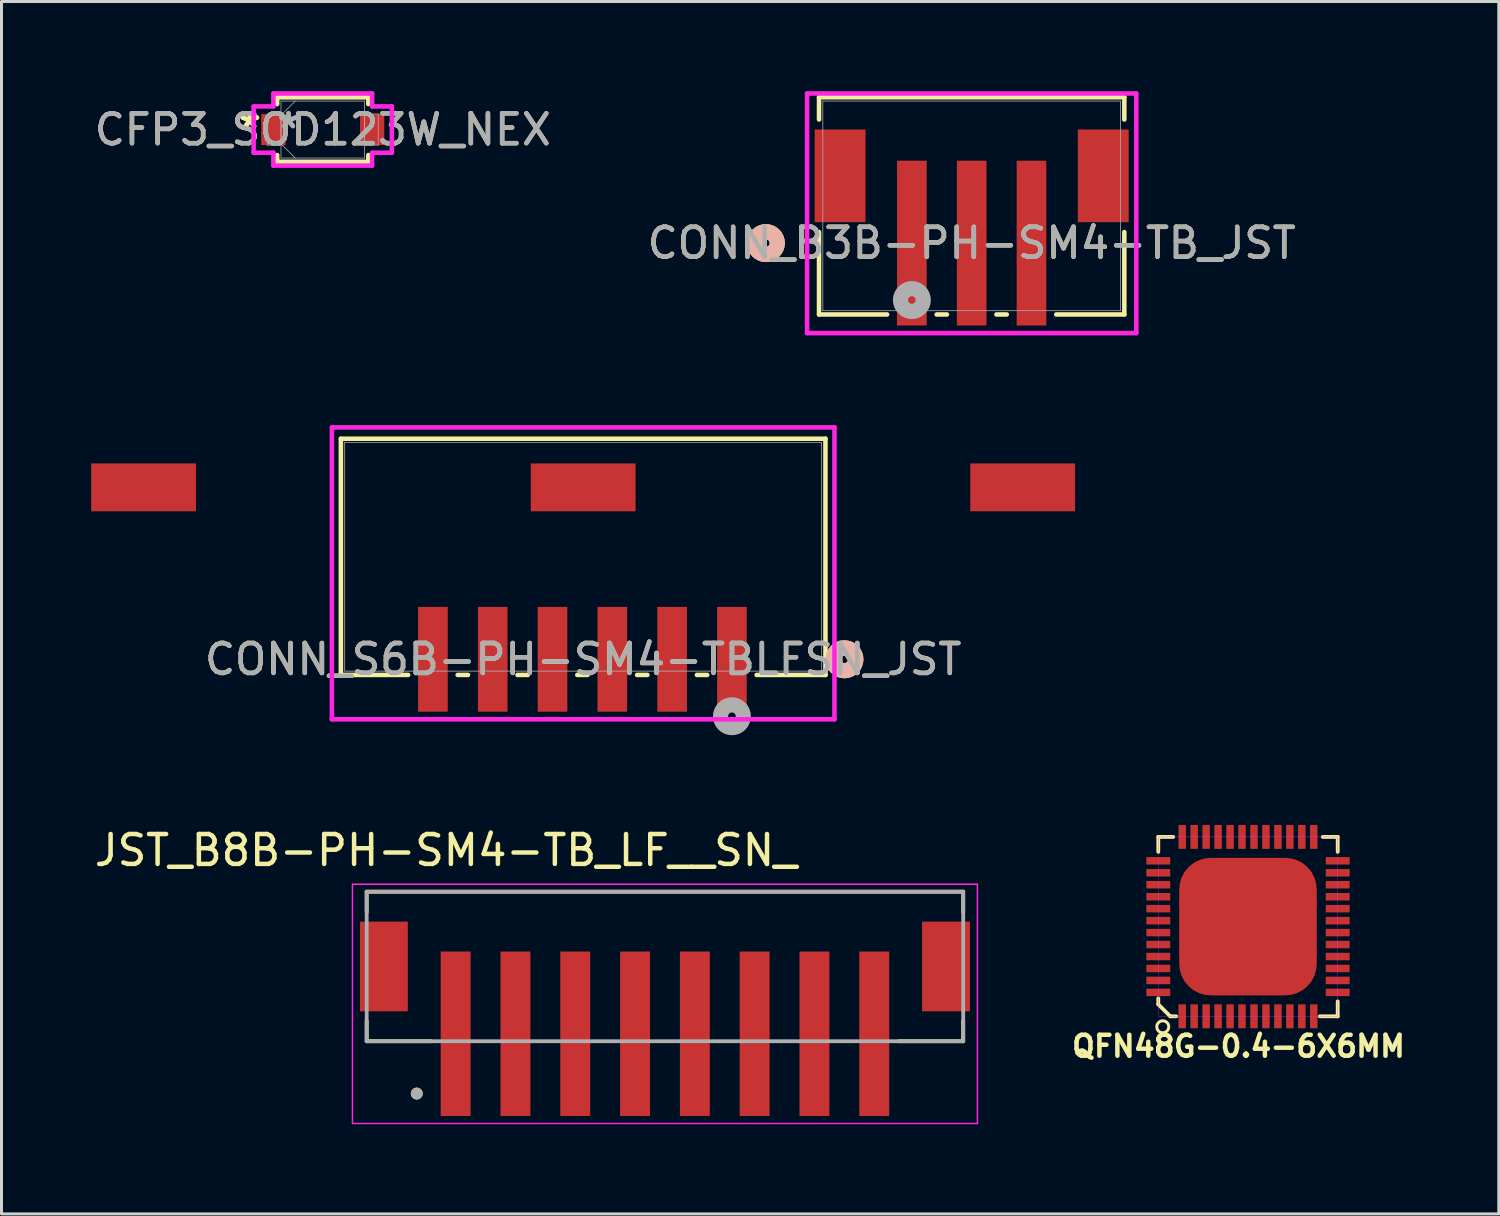
<source format=kicad_pcb>
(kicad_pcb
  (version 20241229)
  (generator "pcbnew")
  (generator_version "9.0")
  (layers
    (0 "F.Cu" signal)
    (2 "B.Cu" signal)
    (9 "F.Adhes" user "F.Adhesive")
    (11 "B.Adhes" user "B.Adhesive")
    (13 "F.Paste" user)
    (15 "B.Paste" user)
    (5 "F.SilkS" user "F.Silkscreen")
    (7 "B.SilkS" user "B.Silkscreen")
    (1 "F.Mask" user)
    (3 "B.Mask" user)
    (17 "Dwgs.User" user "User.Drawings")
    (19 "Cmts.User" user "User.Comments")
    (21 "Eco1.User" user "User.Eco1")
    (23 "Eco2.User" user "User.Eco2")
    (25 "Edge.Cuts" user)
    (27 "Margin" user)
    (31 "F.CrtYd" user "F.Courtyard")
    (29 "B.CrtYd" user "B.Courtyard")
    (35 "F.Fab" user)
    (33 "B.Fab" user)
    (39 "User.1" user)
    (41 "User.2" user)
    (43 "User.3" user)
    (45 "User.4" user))
  (footprint "CONN_B3B-PH-SM4-TB_JST"
    (layer "F.Cu")
    (at 29.446 3.835)
    (property "Reference" "CONN_B3B-PH-SM4-TB_JST" (at 0 1.245 0) (unlocked yes) (layer "F.SilkS") (effects (font (size 1 1) (thickness 0.15))))
    (attr smd)
    (fp_line (start -5.105 -3.632) (end -5.105 -2.888) (stroke (width 0.152) (type solid)) (layer "F.SilkS"))
    (fp_line (start -5.105 0.877) (end -5.105 3.632) (stroke (width 0.152) (type solid)) (layer "F.SilkS"))
    (fp_line (start -5.105 3.632) (end -2.828 3.632) (stroke (width 0.152) (type solid)) (layer "F.SilkS"))
    (fp_line (start -1.172 3.632) (end -0.828 3.632) (stroke (width 0.152) (type solid)) (layer "F.SilkS"))
    (fp_line (start 0.828 3.632) (end 1.172 3.632) (stroke (width 0.152) (type solid)) (layer "F.SilkS"))
    (fp_line (start 2.828 3.632) (end 5.105 3.632) (stroke (width 0.152) (type solid)) (layer "F.SilkS"))
    (fp_line (start 5.105 -3.632) (end -5.105 -3.632) (stroke (width 0.152) (type solid)) (layer "F.SilkS"))
    (fp_line (start 5.105 -2.888) (end 5.105 -3.632) (stroke (width 0.152) (type solid)) (layer "F.SilkS"))
    (fp_line (start 5.105 3.632) (end 5.105 0.877) (stroke (width 0.152) (type solid)) (layer "F.SilkS"))
    (fp_circle (center -6.883 1.245) (end -6.502 1.245) (stroke (width 0.508) (type solid)) (fill no) (layer "F.SilkS"))
    (fp_circle (center -6.883 1.245) (end -6.502 1.245) (stroke (width 0.508) (type solid)) (fill no) (layer "B.SilkS"))
    (fp_line (start -5.505 -3.759) (end -5.505 4.255) (stroke (width 0.152) (type solid)) (layer "F.CrtYd"))
    (fp_line (start -5.505 4.255) (end 5.505 4.255) (stroke (width 0.152) (type solid)) (layer "F.CrtYd"))
    (fp_line (start 5.505 -3.759) (end -5.505 -3.759) (stroke (width 0.152) (type solid)) (layer "F.CrtYd"))
    (fp_line (start 5.505 4.255) (end 5.505 -3.759) (stroke (width 0.152) (type solid)) (layer "F.CrtYd"))
    (fp_line (start -4.978 -3.505) (end -4.978 3.505) (stroke (width 0.025) (type solid)) (layer "F.Fab"))
    (fp_line (start -4.978 3.505) (end 4.978 3.505) (stroke (width 0.025) (type solid)) (layer "F.Fab"))
    (fp_line (start 4.978 -3.505) (end -4.978 -3.505) (stroke (width 0.025) (type solid)) (layer "F.Fab"))
    (fp_line (start 4.978 3.505) (end 4.978 -3.505) (stroke (width 0.025) (type solid)) (layer "F.Fab"))
    (fp_circle (center -2 3.15) (end -1.619 3.15) (stroke (width 0.508) (type solid)) (fill no) (layer "F.Fab"))
    (fp_text user "${REFERENCE}" (at 0 1.245 0) (unlocked yes) (layer "F.Fab") (effects (font (size 1 1) (thickness 0.15))))
    (pad "1" smd rect (at -2 1.245) (size 0.991 5.512) (layers "F.Cu" "F.Mask" "F.Paste"))
    (pad "2" smd rect (at 0 1.245) (size 0.991 5.512) (layers "F.Cu" "F.Mask" "F.Paste"))
    (pad "3" smd rect (at 2 1.245) (size 0.991 5.512) (layers "F.Cu" "F.Mask" "F.Paste"))
    (pad "4" smd rect (at -4.4 -1.005) (size 1.702 3.099) (layers "F.Cu" "F.Mask" "F.Paste"))
    (pad "5" smd rect (at 4.4 -1.005) (size 1.702 3.099) (layers "F.Cu" "F.Mask" "F.Paste")))
  (footprint "QFN48G-0.4-6X6MM"
    (layer "F.Cu")
    (at 38.687 27.939)
    (property "Reference" "QFN48G-0.4-6X6MM" (at -0.318 4.001 0) (layer "F.SilkS") (effects (font (size 0.7 0.7) (thickness 0.15))))
    (attr smd)
    (fp_line (start -3 -3) (end -2.5 -3) (stroke (width 0.127) (type solid)) (layer "F.SilkS"))
    (fp_line (start -3 -2.5) (end -3 -3) (stroke (width 0.127) (type solid)) (layer "F.SilkS"))
    (fp_line (start -3 2.4) (end -3 2.6) (stroke (width 0.127) (type solid)) (layer "F.SilkS"))
    (fp_line (start -2.6 3) (end -3 2.6) (stroke (width 0.127) (type solid)) (layer "F.SilkS"))
    (fp_line (start -2.4 3) (end -2.6 3) (stroke (width 0.127) (type solid)) (layer "F.SilkS"))
    (fp_line (start 2.4 3) (end 3 3) (stroke (width 0.127) (type solid)) (layer "F.SilkS"))
    (fp_line (start 3 -3) (end 2.5 -3) (stroke (width 0.127) (type solid)) (layer "F.SilkS"))
    (fp_line (start 3 -2.5) (end 3 -3) (stroke (width 0.127) (type solid)) (layer "F.SilkS"))
    (fp_line (start 3 3) (end 3 2.5) (stroke (width 0.127) (type solid)) (layer "F.SilkS"))
    (fp_circle (center -2.85 3.35) (end -2.65 3.35) (stroke (width 0.1) (type solid)) (fill no) (layer "F.SilkS"))
    (fp_poly (pts (xy -3.001 -3) (xy 3 -3) (xy 3 3.001) (xy -3.001 3.001)) (stroke (width 0.01) (type solid)) (fill no) (layer "F.CrtYd"))
    (pad "1" smd roundrect (at -2.2 3 90) (size 0.8 0.25) (layers "F.Cu" "F.Mask" "F.Paste") (roundrect_rratio 0.06))
    (pad "2" smd roundrect (at -1.8 3 90) (size 0.8 0.25) (layers "F.Cu" "F.Mask" "F.Paste") (roundrect_rratio 0.06))
    (pad "3" smd roundrect (at -1.4 3 90) (size 0.8 0.25) (layers "F.Cu" "F.Mask" "F.Paste") (roundrect_rratio 0.06))
    (pad "4" smd roundrect (at -1 3 90) (size 0.8 0.25) (layers "F.Cu" "F.Mask" "F.Paste") (roundrect_rratio 0.06))
    (pad "5" smd roundrect (at -0.6 3 90) (size 0.8 0.25) (layers "F.Cu" "F.Mask" "F.Paste") (roundrect_rratio 0.06))
    (pad "6" smd roundrect (at -0.2 3 90) (size 0.8 0.25) (layers "F.Cu" "F.Mask" "F.Paste") (roundrect_rratio 0.06))
    (pad "7" smd roundrect (at 0.2 3 90) (size 0.8 0.25) (layers "F.Cu" "F.Mask" "F.Paste") (roundrect_rratio 0.06))
    (pad "8" smd roundrect (at 0.6 3 90) (size 0.8 0.25) (layers "F.Cu" "F.Mask" "F.Paste") (roundrect_rratio 0.06))
    (pad "9" smd roundrect (at 1 3 90) (size 0.8 0.25) (layers "F.Cu" "F.Mask" "F.Paste") (roundrect_rratio 0.06))
    (pad "10" smd roundrect (at 1.4 3 90) (size 0.8 0.25) (layers "F.Cu" "F.Mask" "F.Paste") (roundrect_rratio 0.06))
    (pad "11" smd roundrect (at 1.8 3 90) (size 0.8 0.25) (layers "F.Cu" "F.Mask" "F.Paste") (roundrect_rratio 0.06))
    (pad "12" smd roundrect (at 2.2 3 90) (size 0.8 0.25) (layers "F.Cu" "F.Mask" "F.Paste") (roundrect_rratio 0.06))
    (pad "13" smd roundrect (at 3 2.2 180) (size 0.8 0.25) (layers "F.Cu" "F.Mask" "F.Paste") (roundrect_rratio 0.06))
    (pad "14" smd roundrect (at 3 1.8 180) (size 0.8 0.25) (layers "F.Cu" "F.Mask" "F.Paste") (roundrect_rratio 0.06))
    (pad "15" smd roundrect (at 3 1.4 180) (size 0.8 0.25) (layers "F.Cu" "F.Mask" "F.Paste") (roundrect_rratio 0.06))
    (pad "16" smd roundrect (at 3 1 180) (size 0.8 0.25) (layers "F.Cu" "F.Mask" "F.Paste") (roundrect_rratio 0.06))
    (pad "17" smd roundrect (at 3 0.6 180) (size 0.8 0.25) (layers "F.Cu" "F.Mask" "F.Paste") (roundrect_rratio 0.06))
    (pad "18" smd roundrect (at 3 0.2 180) (size 0.8 0.25) (layers "F.Cu" "F.Mask" "F.Paste") (roundrect_rratio 0.06))
    (pad "19" smd roundrect (at 3 -0.2 180) (size 0.8 0.25) (layers "F.Cu" "F.Mask" "F.Paste") (roundrect_rratio 0.06))
    (pad "20" smd roundrect (at 3 -0.6 180) (size 0.8 0.25) (layers "F.Cu" "F.Mask" "F.Paste") (roundrect_rratio 0.06))
    (pad "21" smd roundrect (at 3 -1 180) (size 0.8 0.25) (layers "F.Cu" "F.Mask" "F.Paste") (roundrect_rratio 0.06))
    (pad "22" smd roundrect (at 3 -1.4 180) (size 0.8 0.25) (layers "F.Cu" "F.Mask" "F.Paste") (roundrect_rratio 0.06))
    (pad "23" smd roundrect (at 3 -1.8 180) (size 0.8 0.25) (layers "F.Cu" "F.Mask" "F.Paste") (roundrect_rratio 0.06))
    (pad "24" smd roundrect (at 3 -2.2 180) (size 0.8 0.25) (layers "F.Cu" "F.Mask" "F.Paste") (roundrect_rratio 0.06))
    (pad "25" smd roundrect (at 2.2 -3 270) (size 0.8 0.25) (layers "F.Cu" "F.Mask" "F.Paste") (roundrect_rratio 0.06))
    (pad "26" smd roundrect (at 1.8 -3 270) (size 0.8 0.25) (layers "F.Cu" "F.Mask" "F.Paste") (roundrect_rratio 0.06))
    (pad "27" smd roundrect (at 1.4 -3 270) (size 0.8 0.25) (layers "F.Cu" "F.Mask" "F.Paste") (roundrect_rratio 0.06))
    (pad "28" smd roundrect (at 1 -3 270) (size 0.8 0.25) (layers "F.Cu" "F.Mask" "F.Paste") (roundrect_rratio 0.06))
    (pad "29" smd roundrect (at 0.6 -3 270) (size 0.8 0.25) (layers "F.Cu" "F.Mask" "F.Paste") (roundrect_rratio 0.06))
    (pad "30" smd roundrect (at 0.2 -3 270) (size 0.8 0.25) (layers "F.Cu" "F.Mask" "F.Paste") (roundrect_rratio 0.06))
    (pad "31" smd roundrect (at -0.2 -3 270) (size 0.8 0.25) (layers "F.Cu" "F.Mask" "F.Paste") (roundrect_rratio 0.06))
    (pad "32" smd roundrect (at -0.6 -3 270) (size 0.8 0.25) (layers "F.Cu" "F.Mask" "F.Paste") (roundrect_rratio 0.06))
    (pad "33" smd roundrect (at -1 -3 270) (size 0.8 0.25) (layers "F.Cu" "F.Mask" "F.Paste") (roundrect_rratio 0.06))
    (pad "34" smd roundrect (at -1.4 -3 270) (size 0.8 0.25) (layers "F.Cu" "F.Mask" "F.Paste") (roundrect_rratio 0.06))
    (pad "35" smd roundrect (at -1.8 -3 270) (size 0.8 0.25) (layers "F.Cu" "F.Mask" "F.Paste") (roundrect_rratio 0.06))
    (pad "36" smd roundrect (at -2.2 -3 270) (size 0.8 0.25) (layers "F.Cu" "F.Mask" "F.Paste") (roundrect_rratio 0.06))
    (pad "37" smd roundrect (at -3 -2.2) (size 0.8 0.25) (layers "F.Cu" "F.Mask" "F.Paste") (roundrect_rratio 0.06))
    (pad "38" smd roundrect (at -3 -1.8) (size 0.8 0.25) (layers "F.Cu" "F.Mask" "F.Paste") (roundrect_rratio 0.06))
    (pad "39" smd roundrect (at -3 -1.4) (size 0.8 0.25) (layers "F.Cu" "F.Mask" "F.Paste") (roundrect_rratio 0.06))
    (pad "40" smd roundrect (at -3 -1) (size 0.8 0.25) (layers "F.Cu" "F.Mask" "F.Paste") (roundrect_rratio 0.06))
    (pad "41" smd roundrect (at -3 -0.6) (size 0.8 0.25) (layers "F.Cu" "F.Mask" "F.Paste") (roundrect_rratio 0.06))
    (pad "42" smd roundrect (at -3 -0.2) (size 0.8 0.25) (layers "F.Cu" "F.Mask" "F.Paste") (roundrect_rratio 0.06))
    (pad "43" smd roundrect (at -3 0.2) (size 0.8 0.25) (layers "F.Cu" "F.Mask" "F.Paste") (roundrect_rratio 0.06))
    (pad "44" smd roundrect (at -3 0.6) (size 0.8 0.25) (layers "F.Cu" "F.Mask" "F.Paste") (roundrect_rratio 0.06))
    (pad "45" smd roundrect (at -3 1) (size 0.8 0.25) (layers "F.Cu" "F.Mask" "F.Paste") (roundrect_rratio 0.06))
    (pad "46" smd roundrect (at -3 1.4) (size 0.8 0.25) (layers "F.Cu" "F.Mask" "F.Paste") (roundrect_rratio 0.06))
    (pad "47" smd roundrect (at -3 1.8) (size 0.8 0.25) (layers "F.Cu" "F.Mask" "F.Paste") (roundrect_rratio 0.06))
    (pad "48" smd roundrect (at -3 2.2) (size 0.8 0.25) (layers "F.Cu" "F.Mask" "F.Paste") (roundrect_rratio 0.06))
    (pad "PAD" smd roundrect (at 0 0) (size 4.6 4.6) (layers "F.Cu" "F.Mask" "F.Paste") (roundrect_rratio 0.23)))
  (footprint "JST_B8B-PH-SM4-TB_LF__SN_"
    (layer "F.Cu")
    (at 19.188 29.272)
    (property "Reference" "JST_B8B-PH-SM4-TB_LF__SN_" (at -7.325 -3.885 0) (layer "F.SilkS") (effects (font (size 1 1) (thickness 0.15))))
    (attr smd)
    (fp_line (start -9.975 -2.5) (end -9.975 -1.82) (stroke (width 0.127) (type solid)) (layer "F.SilkS"))
    (fp_line (start -9.975 -2.5) (end 9.975 -2.5) (stroke (width 0.127) (type solid)) (layer "F.SilkS"))
    (fp_line (start -9.975 1.82) (end -9.975 2.5) (stroke (width 0.127) (type solid)) (layer "F.SilkS"))
    (fp_line (start -9.975 2.5) (end -7.82 2.5) (stroke (width 0.127) (type solid)) (layer "F.SilkS"))
    (fp_line (start 7.82 2.5) (end 9.975 2.5) (stroke (width 0.127) (type solid)) (layer "F.SilkS"))
    (fp_line (start 9.975 -2.5) (end 9.975 -1.82) (stroke (width 0.127) (type solid)) (layer "F.SilkS"))
    (fp_line (start 9.975 2.5) (end 9.975 1.82) (stroke (width 0.127) (type solid)) (layer "F.SilkS"))
    (fp_circle (center -8.3 4.25) (end -8.2 4.25) (stroke (width 0.2) (type solid)) (fill no) (layer "F.SilkS"))
    (fp_line (start -10.45 -2.75) (end 10.45 -2.75) (stroke (width 0.05) (type solid)) (layer "F.CrtYd"))
    (fp_line (start -10.45 5.25) (end -10.45 -2.75) (stroke (width 0.05) (type solid)) (layer "F.CrtYd"))
    (fp_line (start 10.45 -2.75) (end 10.45 5.25) (stroke (width 0.05) (type solid)) (layer "F.CrtYd"))
    (fp_line (start 10.45 5.25) (end -10.45 5.25) (stroke (width 0.05) (type solid)) (layer "F.CrtYd"))
    (fp_line (start -9.975 -2.5) (end 9.975 -2.5) (stroke (width 0.127) (type solid)) (layer "F.Fab"))
    (fp_line (start -9.975 2.5) (end -9.975 -2.5) (stroke (width 0.127) (type solid)) (layer "F.Fab"))
    (fp_line (start 9.975 -2.5) (end 9.975 2.5) (stroke (width 0.127) (type solid)) (layer "F.Fab"))
    (fp_line (start 9.975 2.5) (end -9.975 2.5) (stroke (width 0.127) (type solid)) (layer "F.Fab"))
    (fp_circle (center -8.3 4.25) (end -8.2 4.25) (stroke (width 0.2) (type solid)) (fill no) (layer "F.Fab"))
    (pad "1" smd rect (at -7 2.25) (size 1 5.5) (layers "F.Cu" "F.Mask" "F.Paste"))
    (pad "2" smd rect (at -5 2.25) (size 1 5.5) (layers "F.Cu" "F.Mask" "F.Paste"))
    (pad "3" smd rect (at -3 2.25) (size 1 5.5) (layers "F.Cu" "F.Mask" "F.Paste"))
    (pad "4" smd rect (at -1 2.25) (size 1 5.5) (layers "F.Cu" "F.Mask" "F.Paste"))
    (pad "5" smd rect (at 1 2.25) (size 1 5.5) (layers "F.Cu" "F.Mask" "F.Paste"))
    (pad "6" smd rect (at 3 2.25) (size 1 5.5) (layers "F.Cu" "F.Mask" "F.Paste"))
    (pad "7" smd rect (at 5 2.25) (size 1 5.5) (layers "F.Cu" "F.Mask" "F.Paste"))
    (pad "8" smd rect (at 7 2.25) (size 1 5.5) (layers "F.Cu" "F.Mask" "F.Paste"))
    (pad "S1" smd rect (at -9.4 0) (size 1.6 3) (layers "F.Cu" "F.Mask" "F.Paste"))
    (pad "S2" smd rect (at 9.4 0) (size 1.6 3) (layers "F.Cu" "F.Mask" "F.Paste")))
  (footprint "CONN_S6B-PH-SM4-TBLFSN_JST"
    (layer "F.Cu")
    (at 16.453 15.572)
    (property "Reference" "CONN_S6B-PH-SM4-TBLFSN_JST" (at 0 3.427 0) (unlocked yes) (layer "F.SilkS") (effects (font (size 1 1) (thickness 0.15))))
    (attr smd)
    (fp_line (start -8.103 -3.95) (end -8.103 3.95) (stroke (width 0.152) (type solid)) (layer "F.SilkS"))
    (fp_line (start -8.103 3.95) (end -5.853 3.95) (stroke (width 0.152) (type solid)) (layer "F.SilkS"))
    (fp_line (start -4.197 3.95) (end -3.853 3.95) (stroke (width 0.152) (type solid)) (layer "F.SilkS"))
    (fp_line (start -2.197 3.95) (end -1.853 3.95) (stroke (width 0.152) (type solid)) (layer "F.SilkS"))
    (fp_line (start -0.197 3.95) (end 0.147 3.95) (stroke (width 0.152) (type solid)) (layer "F.SilkS"))
    (fp_line (start 1.803 3.95) (end 2.147 3.95) (stroke (width 0.152) (type solid)) (layer "F.SilkS"))
    (fp_line (start 3.803 3.95) (end 4.147 3.95) (stroke (width 0.152) (type solid)) (layer "F.SilkS"))
    (fp_line (start 5.803 3.95) (end 8.103 3.95) (stroke (width 0.152) (type solid)) (layer "F.SilkS"))
    (fp_line (start 8.103 -3.95) (end -8.103 -3.95) (stroke (width 0.152) (type solid)) (layer "F.SilkS"))
    (fp_line (start 8.103 3.95) (end 8.103 -3.95) (stroke (width 0.152) (type solid)) (layer "F.SilkS"))
    (fp_circle (center 8.738 3.427) (end 9.119 3.427) (stroke (width 0.508) (type solid)) (fill no) (layer "F.SilkS"))
    (fp_circle (center 8.738 3.427) (end 9.119 3.427) (stroke (width 0.508) (type solid)) (fill no) (layer "B.SilkS"))
    (fp_line (start -8.404 -4.329) (end -8.404 5.434) (stroke (width 0.152) (type solid)) (layer "F.CrtYd"))
    (fp_line (start -8.404 5.434) (end 8.404 5.434) (stroke (width 0.152) (type solid)) (layer "F.CrtYd"))
    (fp_line (start 8.404 -4.329) (end -8.404 -4.329) (stroke (width 0.152) (type solid)) (layer "F.CrtYd"))
    (fp_line (start 8.404 5.434) (end 8.404 -4.329) (stroke (width 0.152) (type solid)) (layer "F.CrtYd"))
    (fp_line (start -7.976 -3.823) (end -7.976 3.823) (stroke (width 0.025) (type solid)) (layer "F.Fab"))
    (fp_line (start -7.976 3.823) (end 7.976 3.823) (stroke (width 0.025) (type solid)) (layer "F.Fab"))
    (fp_line (start 7.976 -3.823) (end -7.976 -3.823) (stroke (width 0.025) (type solid)) (layer "F.Fab"))
    (fp_line (start 7.976 3.823) (end 7.976 -3.823) (stroke (width 0.025) (type solid)) (layer "F.Fab"))
    (fp_circle (center 4.975 5.332) (end 5.356 5.332) (stroke (width 0.508) (type solid)) (fill no) (layer "F.Fab"))
    (fp_text user "${REFERENCE}" (at 0 3.427 0) (unlocked yes) (layer "F.Fab") (effects (font (size 1 1) (thickness 0.15))))
    (pad "1" smd rect (at 4.975 3.427) (size 0.991 3.505) (layers "F.Cu" "F.Mask" "F.Paste"))
    (pad "2" smd rect (at 2.975 3.427) (size 0.991 3.505) (layers "F.Cu" "F.Mask" "F.Paste"))
    (pad "3" smd rect (at 0.975 3.427) (size 0.991 3.505) (layers "F.Cu" "F.Mask" "F.Paste"))
    (pad "4" smd rect (at -1.025 3.427) (size 0.991 3.505) (layers "F.Cu" "F.Mask" "F.Paste"))
    (pad "5" smd rect (at -3.025 3.427) (size 0.991 3.505) (layers "F.Cu" "F.Mask" "F.Paste"))
    (pad "6" smd rect (at -5.025 3.427) (size 0.991 3.505) (layers "F.Cu" "F.Mask" "F.Paste"))
    (pad "7" smd rect (at -14.7 -2.323 90) (size 1.6 3.505) (layers "F.Cu" "F.Mask" "F.Paste"))
    (pad "8" smd rect (at 0 -2.323 90) (size 1.6 3.505) (layers "F.Cu" "F.Mask" "F.Paste"))
    (pad "9" smd rect (at 14.7 -2.323 90) (size 1.6 3.505) (layers "F.Cu" "F.Mask" "F.Paste")))
  (footprint "CFP3_SOD123W_NEX"
    (layer "F.Cu")
    (at 7.744 1.283)
    (property "Reference" "CFP3_SOD123W_NEX" (at 0 0 0) (unlocked yes) (layer "F.SilkS") (effects (font (size 1 1) (thickness 0.15))))
    (attr smd)
    (fp_line (start -1.524 -1.079) (end -1.524 -0.853) (stroke (width 0.152) (type solid)) (layer "F.SilkS"))
    (fp_line (start -1.524 0.853) (end -1.524 1.079) (stroke (width 0.152) (type solid)) (layer "F.SilkS"))
    (fp_line (start -1.524 1.079) (end 1.524 1.079) (stroke (width 0.152) (type solid)) (layer "F.SilkS"))
    (fp_line (start 1.524 -1.079) (end -1.524 -1.079) (stroke (width 0.152) (type solid)) (layer "F.SilkS"))
    (fp_line (start 1.524 -0.853) (end 1.524 -1.079) (stroke (width 0.152) (type solid)) (layer "F.SilkS"))
    (fp_line (start 1.524 1.079) (end 1.524 0.853) (stroke (width 0.152) (type solid)) (layer "F.SilkS"))
    (fp_line (start -2.311 -0.775) (end -1.651 -0.775) (stroke (width 0.152) (type solid)) (layer "F.CrtYd"))
    (fp_line (start -2.311 0.775) (end -2.311 -0.775) (stroke (width 0.152) (type solid)) (layer "F.CrtYd"))
    (fp_line (start -1.651 -1.206) (end 1.651 -1.206) (stroke (width 0.152) (type solid)) (layer "F.CrtYd"))
    (fp_line (start -1.651 -0.775) (end -1.651 -1.206) (stroke (width 0.152) (type solid)) (layer "F.CrtYd"))
    (fp_line (start -1.651 0.775) (end -2.311 0.775) (stroke (width 0.152) (type solid)) (layer "F.CrtYd"))
    (fp_line (start -1.651 1.206) (end -1.651 0.775) (stroke (width 0.152) (type solid)) (layer "F.CrtYd"))
    (fp_line (start 1.651 -1.206) (end 1.651 -0.775) (stroke (width 0.152) (type solid)) (layer "F.CrtYd"))
    (fp_line (start 1.651 -0.775) (end 2.311 -0.775) (stroke (width 0.152) (type solid)) (layer "F.CrtYd"))
    (fp_line (start 1.651 0.775) (end 1.651 1.206) (stroke (width 0.152) (type solid)) (layer "F.CrtYd"))
    (fp_line (start 1.651 1.206) (end -1.651 1.206) (stroke (width 0.152) (type solid)) (layer "F.CrtYd"))
    (fp_line (start 2.311 -0.775) (end 2.311 0.775) (stroke (width 0.152) (type solid)) (layer "F.CrtYd"))
    (fp_line (start 2.311 0.775) (end 1.651 0.775) (stroke (width 0.152) (type solid)) (layer "F.CrtYd"))
    (fp_line (start -1.854 -0.521) (end -1.854 0.521) (stroke (width 0.025) (type solid)) (layer "F.Fab"))
    (fp_line (start -1.854 0.521) (end -1.397 0.521) (stroke (width 0.025) (type solid)) (layer "F.Fab"))
    (fp_line (start -1.397 -0.953) (end -1.397 0.953) (stroke (width 0.025) (type solid)) (layer "F.Fab"))
    (fp_line (start -1.397 -0.521) (end -1.854 -0.521) (stroke (width 0.025) (type solid)) (layer "F.Fab"))
    (fp_line (start -1.397 -0.476) (end -0.921 -0.953) (stroke (width 0.025) (type solid)) (layer "F.Fab"))
    (fp_line (start -1.397 0.476) (end -0.921 0.953) (stroke (width 0.025) (type solid)) (layer "F.Fab"))
    (fp_line (start -1.397 0.521) (end -1.397 -0.521) (stroke (width 0.025) (type solid)) (layer "F.Fab"))
    (fp_line (start -1.397 0.953) (end 1.397 0.953) (stroke (width 0.025) (type solid)) (layer "F.Fab"))
    (fp_line (start 1.397 -0.953) (end -1.397 -0.953) (stroke (width 0.025) (type solid)) (layer "F.Fab"))
    (fp_line (start 1.397 -0.521) (end 1.397 0.521) (stroke (width 0.025) (type solid)) (layer "F.Fab"))
    (fp_line (start 1.397 0.521) (end 1.854 0.521) (stroke (width 0.025) (type solid)) (layer "F.Fab"))
    (fp_line (start 1.397 0.953) (end 1.397 -0.953) (stroke (width 0.025) (type solid)) (layer "F.Fab"))
    (fp_line (start 1.854 -0.521) (end 1.397 -0.521) (stroke (width 0.025) (type solid)) (layer "F.Fab"))
    (fp_line (start 1.854 0.521) (end 1.854 -0.521) (stroke (width 0.025) (type solid)) (layer "F.Fab"))
    (fp_text user "*" (at -2.438 0 0) (unlocked yes) (layer "F.SilkS") (effects (font (size 1 1) (thickness 0.15))))
    (fp_text user "*" (at -2.438 0 0) (layer "F.SilkS") (effects (font (size 1 1) (thickness 0.15))))
    (fp_text user "*" (at -1.143 0 0) (unlocked yes) (layer "F.Fab") (effects (font (size 1 1) (thickness 0.15))))
    (fp_text user "${REFERENCE}" (at 0 0 0) (unlocked yes) (layer "F.Fab") (effects (font (size 1 1) (thickness 0.15))))
    (fp_text user "*" (at -1.143 0 0) (layer "F.Fab") (effects (font (size 1 1) (thickness 0.15))))
    (pad "1" smd rect (at -1.651 0) (size 0.813 1.041) (layers "F.Cu" "F.Mask" "F.Paste"))
    (pad "2" smd rect (at 1.651 0) (size 0.813 1.041) (layers "F.Cu" "F.Mask" "F.Paste"))
    (zone (net_name "") (layer "F.Cu") (hatch full 0.508) (connect_pads) (min_thickness 0.254) (filled_areas_thickness no) (keepout (tracks not_allowed) (vias not_allowed) (pads allowed) (copperpour not_allowed) (footprints allowed)) (placement (enabled no)) (fill) (polygon (pts (xy 6.55 0.381) (xy 8.938 0.381) (xy 8.938 2.184) (xy 6.55 2.184)))))
  (gr_rect
    (start -3 -3)
    (end 47.075 37.547)
    (stroke (width 0.1) (type default))
    (fill no)
    (layer "Edge.Cuts")))
</source>
